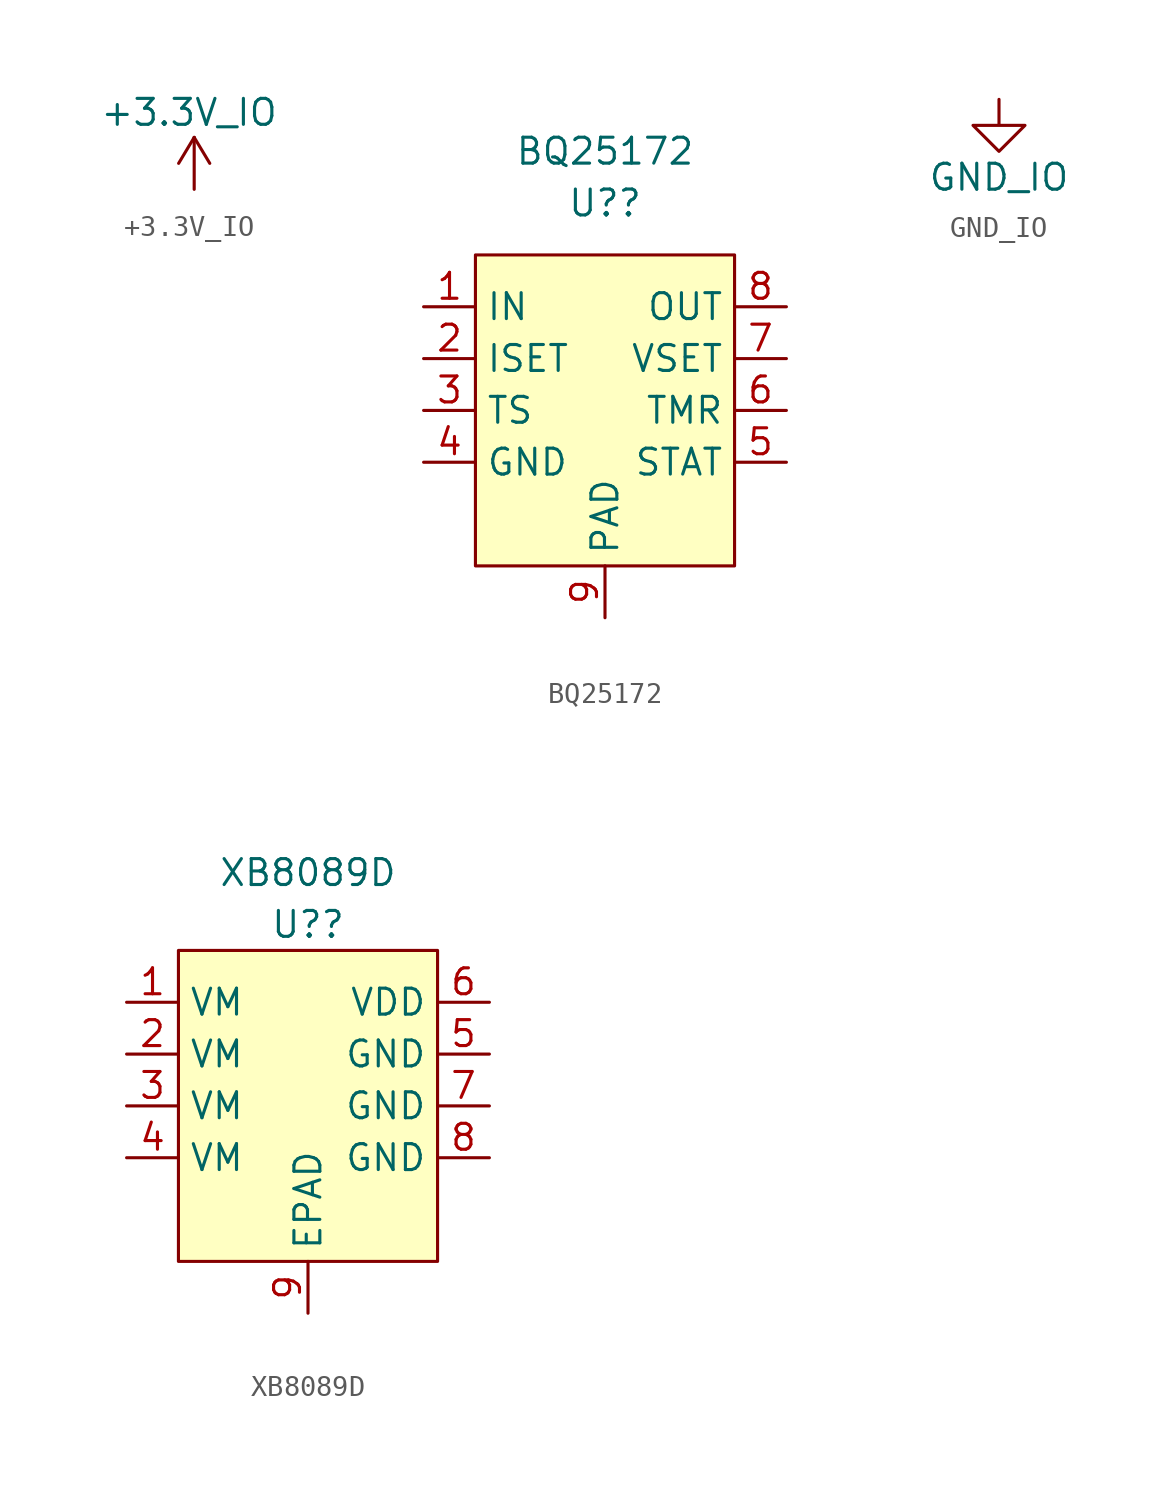
<source format=kicad_sym>
(kicad_symbol_lib
  (version 20211014)
  (generator kicad_symbol_editor)
  (symbol "+3.3V_IO"
    (power)
    (property "Reference" "#PWR"
      (at -0.305 -2.591 0)
      (effects (font (size 1.27 1.27)) hide))
    (property "Value" "+3.3V_IO"
      (at -0.254 3.759 0)
      (effects (font (size 1.27 1.27))))
    (symbol "+3.3V_IO_0_1"
      (polyline (pts (xy -0.762 1.27) (xy 0 2.54)) (stroke (width 0) (type default) (color 0 0 0 0)) (fill (type none)))
      (polyline (pts (xy 0 0) (xy 0 2.54)) (stroke (width 0) (type default) (color 0 0 0 0)) (fill (type none)))
      (polyline (pts (xy 0 2.54) (xy 0.762 1.27)) (stroke (width 0) (type default) (color 0 0 0 0)) (fill (type none))))
    (symbol "+3.3V_IO_1_1"
      (pin power_out line (at 0 0 90) (length 0) hide (name "+3.3V_IO" (effects (font (size 1.27 1.27)))) (number "1" (effects (font (size 1.27 1.27)))))))
  (symbol "BQ25172"
    (property "Reference" "U?"
      (at 0 10.16 0)
      (effects (font (size 1.27 1.27))))
    (property "Value" "BQ25172"
      (at 0 12.7 0)
      (effects (font (size 1.27 1.27))))
    (symbol "BQ25172_0_1"
      (rectangle (start -6.35 7.62) (end 6.35 -7.62) (stroke (width 0) (type default) (color 0 0 0 0)) (fill (type background))))
    (symbol "BQ25172_1_1"
      (pin input line (at -8.89 5.08 0) (length 2.54) (name "IN" (effects (font (size 1.27 1.27)))) (number "1" (effects (font (size 1.27 1.27)))))
      (pin input line (at -8.89 2.54 0) (length 2.54) (name "ISET" (effects (font (size 1.27 1.27)))) (number "2" (effects (font (size 1.27 1.27)))))
      (pin input line (at -8.89 0 0) (length 2.54) (name "TS" (effects (font (size 1.27 1.27)))) (number "3" (effects (font (size 1.27 1.27)))))
      (pin input line (at -8.89 -2.54 0) (length 2.54) (name "GND" (effects (font (size 1.27 1.27)))) (number "4" (effects (font (size 1.27 1.27)))))
      (pin input line (at 8.89 -2.54 180) (length 2.54) (name "STAT" (effects (font (size 1.27 1.27)))) (number "5" (effects (font (size 1.27 1.27)))))
      (pin input line (at 8.89 0 180) (length 2.54) (name "TMR" (effects (font (size 1.27 1.27)))) (number "6" (effects (font (size 1.27 1.27)))))
      (pin input line (at 8.89 2.54 180) (length 2.54) (name "VSET" (effects (font (size 1.27 1.27)))) (number "7" (effects (font (size 1.27 1.27)))))
      (pin output line (at 8.89 5.08 180) (length 2.54) (name "OUT" (effects (font (size 1.27 1.27)))) (number "8" (effects (font (size 1.27 1.27)))))
      (pin input line (at 0 -10.16 90) (length 2.54) (name "PAD" (effects (font (size 1.27 1.27)))) (number "9" (effects (font (size 1.27 1.27)))))))
  (symbol "GND_IO"
    (power)
    (property "Reference" "#PWR"
      (at 0 -3.81 0)
      (effects (font (size 1.27 1.27)) hide))
    (property "Value" "GND_IO"
      (at 0 -3.81 0)
      (effects (font (size 1.27 1.27))))
    (symbol "GND_IO_0_1"
      (polyline (pts (xy 0 0) (xy 0 -1.27) (xy 1.27 -1.27) (xy 0 -2.54) (xy -1.27 -1.27) (xy 0 -1.27)) (stroke (width 0) (type default) (color 0 0 0 0)) (fill (type none))))
    (symbol "GND_IO_1_1"
      (pin power_out line (at 0 0 270) (length 0) hide (name "GND_IO" (effects (font (size 1.27 1.27)))) (number "1" (effects (font (size 1.27 1.27)))))))
  (symbol "XB8089D"
    (property "Reference" "U?"
      (at 0 2.54 0)
      (effects (font (size 1.27 1.27))))
    (property "Value" "XB8089D"
      (at 0 5.08 0)
      (effects (font (size 1.27 1.27))))
    (symbol "XB8089D_0_1"
      (rectangle (start -6.35 1.27) (end 6.35 -13.97) (stroke (width 0) (type default) (color 0 0 0 0)) (fill (type background))))
    (symbol "XB8089D_1_1"
      (pin bidirectional line (at -8.89 -1.27 0) (length 2.54) (name "VM" (effects (font (size 1.27 1.27)))) (number "1" (effects (font (size 1.27 1.27)))))
      (pin bidirectional line (at -8.89 -3.81 0) (length 2.54) (name "VM" (effects (font (size 1.27 1.27)))) (number "2" (effects (font (size 1.27 1.27)))))
      (pin bidirectional line (at -8.89 -6.35 0) (length 2.54) (name "VM" (effects (font (size 1.27 1.27)))) (number "3" (effects (font (size 1.27 1.27)))))
      (pin bidirectional line (at -8.89 -8.89 0) (length 2.54) (name "VM" (effects (font (size 1.27 1.27)))) (number "4" (effects (font (size 1.27 1.27)))))
      (pin power_in line (at 8.89 -3.81 180) (length 2.54) (name "GND" (effects (font (size 1.27 1.27)))) (number "5" (effects (font (size 1.27 1.27)))))
      (pin power_in line (at 8.89 -1.27 180) (length 2.54) (name "VDD" (effects (font (size 1.27 1.27)))) (number "6" (effects (font (size 1.27 1.27)))))
      (pin power_in line (at 8.89 -6.35 180) (length 2.54) (name "GND" (effects (font (size 1.27 1.27)))) (number "7" (effects (font (size 1.27 1.27)))))
      (pin power_in line (at 8.89 -8.89 180) (length 2.54) (name "GND" (effects (font (size 1.27 1.27)))) (number "8" (effects (font (size 1.27 1.27)))))
      (pin passive line (at 0 -16.51 90) (length 2.54) (name "EPAD" (effects (font (size 1.27 1.27)))) (number "9" (effects (font (size 1.27 1.27))))))))
</source>
